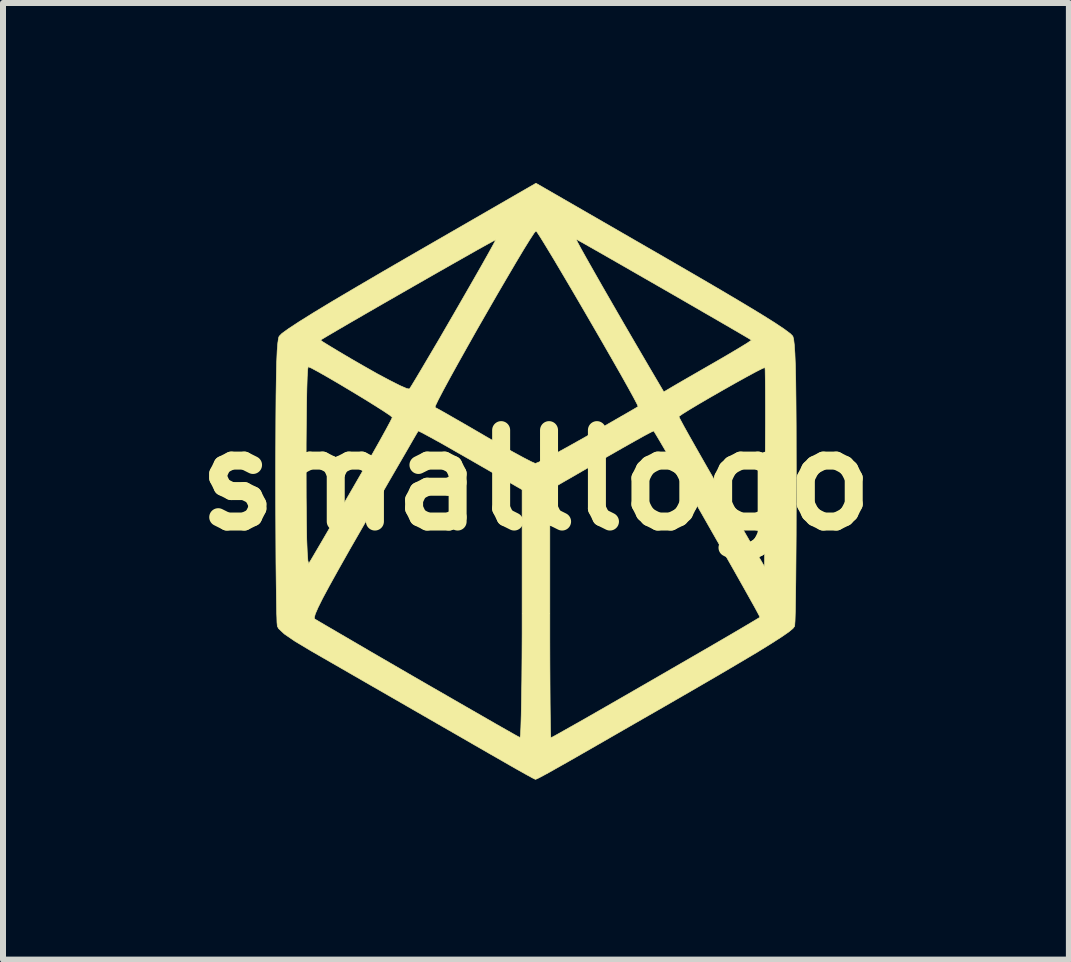
<source format=kicad_pcb>
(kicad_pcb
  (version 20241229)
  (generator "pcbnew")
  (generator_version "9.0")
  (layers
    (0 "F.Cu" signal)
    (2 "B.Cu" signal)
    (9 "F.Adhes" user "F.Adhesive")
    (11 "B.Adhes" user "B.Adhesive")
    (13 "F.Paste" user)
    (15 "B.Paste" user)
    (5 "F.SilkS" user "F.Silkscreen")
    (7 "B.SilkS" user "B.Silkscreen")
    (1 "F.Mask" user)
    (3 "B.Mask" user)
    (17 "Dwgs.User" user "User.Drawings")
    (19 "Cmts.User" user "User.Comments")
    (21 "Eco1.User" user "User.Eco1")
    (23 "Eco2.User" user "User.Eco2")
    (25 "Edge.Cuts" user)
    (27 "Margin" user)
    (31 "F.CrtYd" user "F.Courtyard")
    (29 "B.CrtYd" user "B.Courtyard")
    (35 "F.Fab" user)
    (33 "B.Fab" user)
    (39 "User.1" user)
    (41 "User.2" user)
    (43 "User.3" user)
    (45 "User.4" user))
  (footprint "smalllogo"
    (layer "F.Cu")
    (at 5.886 4.956)
    (property "Reference" "smalllogo" (at 0 0 0) (layer "F.SilkS") (effects (font (size 1.524 1.524) (thickness 0.3))))
    (attr through_hole)
    (fp_poly (pts (xy 2.112 -3.733) (xy 2.635 -3.43) (xy 3.08 -3.17) (xy 3.451 -2.95) (xy 3.749 -2.77) (xy 3.979 -2.626) (xy 4.142 -2.517) (xy 4.242 -2.442) (xy 4.282 -2.401) (xy 4.296 -2.351) (xy 4.307 -2.257) (xy 4.317 -2.113) (xy 4.325 -1.912) (xy 4.331 -1.649) (xy 4.335 -1.317) (xy 4.338 -0.91) (xy 4.339 -0.422) (xy 4.34 0.023) (xy 4.339 0.479) (xy 4.338 0.91) (xy 4.335 1.305) (xy 4.332 1.656) (xy 4.328 1.953) (xy 4.324 2.187) (xy 4.319 2.349) (xy 4.313 2.43) (xy 4.312 2.435) (xy 4.285 2.471) (xy 4.214 2.53) (xy 4.094 2.613) (xy 3.921 2.724) (xy 3.69 2.867) (xy 3.395 3.042) (xy 3.033 3.255) (xy 2.599 3.507) (xy 2.246 3.711) (xy 1.765 3.987) (xy 1.358 4.221) (xy 1.019 4.416) (xy 0.74 4.576) (xy 0.518 4.703) (xy 0.344 4.801) (xy 0.213 4.875) (xy 0.119 4.926) (xy 0.055 4.96) (xy 0.016 4.979) (xy -0.005 4.987) (xy -0.01 4.988) (xy -0.055 4.966) (xy -0.161 4.908) (xy -0.311 4.824) (xy -0.418 4.763) (xy -0.559 4.682) (xy -0.767 4.563) (xy -1.026 4.414) (xy -1.322 4.243) (xy -1.641 4.06) (xy -1.969 3.871) (xy -2.032 3.835) (xy -2.368 3.641) (xy -2.706 3.447) (xy -3.029 3.261) (xy -3.322 3.092) (xy -3.569 2.95) (xy -3.753 2.844) (xy -3.77 2.834) (xy -4.023 2.682) (xy -4.195 2.564) (xy -4.29 2.475) (xy -4.312 2.435) (xy -4.318 2.37) (xy -4.32 2.291) (xy -3.696 2.291) (xy -3.689 2.314) (xy -3.526 2.41) (xy -3.31 2.536) (xy -3.053 2.686) (xy -2.764 2.855) (xy -2.452 3.036) (xy -2.128 3.224) (xy -1.801 3.413) (xy -1.481 3.597) (xy -1.179 3.771) (xy -0.904 3.929) (xy -0.666 4.066) (xy -0.474 4.175) (xy -0.34 4.251) (xy -0.272 4.288) (xy -0.266 4.291) (xy -0.258 4.247) (xy -0.252 4.12) (xy -0.246 3.919) (xy -0.241 3.654) (xy -0.236 3.333) (xy -0.233 2.965) (xy -0.231 2.561) (xy -0.231 2.226) (xy -0.231 0.16) (xy 0.231 0.16) (xy 0.231 2.227) (xy 0.231 2.654) (xy 0.232 3.052) (xy 0.234 3.41) (xy 0.236 3.72) (xy 0.239 3.972) (xy 0.242 4.158) (xy 0.246 4.268) (xy 0.249 4.295) (xy 0.292 4.273) (xy 0.405 4.21) (xy 0.577 4.113) (xy 0.8 3.987) (xy 1.062 3.837) (xy 1.353 3.67) (xy 1.438 3.621) (xy 1.87 3.372) (xy 2.273 3.139) (xy 2.642 2.926) (xy 2.968 2.737) (xy 3.246 2.575) (xy 3.467 2.445) (xy 3.627 2.35) (xy 3.717 2.296) (xy 3.734 2.284) (xy 3.714 2.243) (xy 3.655 2.133) (xy 3.561 1.965) (xy 3.439 1.747) (xy 3.295 1.492) (xy 3.135 1.21) (xy 2.964 0.911) (xy 2.79 0.605) (xy 2.618 0.304) (xy 2.454 0.018) (xy 2.304 -0.243) (xy 2.173 -0.468) (xy 2.069 -0.646) (xy 1.997 -0.767) (xy 1.963 -0.821) (xy 1.963 -0.821) (xy 1.922 -0.803) (xy 1.812 -0.745) (xy 1.647 -0.653) (xy 1.436 -0.534) (xy 1.193 -0.395) (xy 1.092 -0.337) (xy 0.231 0.16) (xy -0.231 0.16) (xy -0.231 0.158) (xy -1.091 -0.338) (xy -1.345 -0.483) (xy -1.569 -0.611) (xy -1.754 -0.713) (xy -1.887 -0.785) (xy -1.956 -0.819) (xy -1.963 -0.821) (xy -1.988 -0.78) (xy -2.054 -0.667) (xy -2.155 -0.491) (xy -2.288 -0.262) (xy -2.447 0.012) (xy -2.626 0.323) (xy -2.821 0.662) (xy -2.863 0.734) (xy -3.1 1.146) (xy -3.292 1.486) (xy -3.443 1.758) (xy -3.556 1.968) (xy -3.633 2.123) (xy -3.679 2.229) (xy -3.696 2.291) (xy -4.32 2.291) (xy -4.323 2.221) (xy -4.327 1.999) (xy -4.331 1.712) (xy -4.335 1.37) (xy -4.337 0.982) (xy -4.339 0.557) (xy -4.34 0.104) (xy -4.34 0.023) (xy -4.34 -0.219) (xy -3.832 -0.219) (xy -3.831 0.273) (xy -3.827 0.675) (xy -3.822 0.986) (xy -3.813 1.208) (xy -3.803 1.342) (xy -3.79 1.388) (xy -3.786 1.385) (xy -3.751 1.329) (xy -3.677 1.203) (xy -3.569 1.019) (xy -3.434 0.787) (xy -3.277 0.517) (xy -3.106 0.222) (xy -3.066 0.153) (xy -2.894 -0.145) (xy -2.739 -0.417) (xy -2.606 -0.653) (xy -2.501 -0.843) (xy -2.429 -0.977) (xy -2.397 -1.043) (xy -2.396 -1.048) (xy -2.434 -1.081) (xy -2.537 -1.15) (xy -2.637 -1.214) (xy -1.683 -1.214) (xy -1.631 -1.186) (xy -1.513 -1.12) (xy -1.341 -1.021) (xy -1.127 -0.898) (xy -0.886 -0.758) (xy -0.854 -0.739) (xy -0.61 -0.598) (xy -0.39 -0.474) (xy -0.208 -0.375) (xy -0.078 -0.308) (xy -0.013 -0.28) (xy -0.01 -0.279) (xy 0.046 -0.301) (xy 0.17 -0.362) (xy 0.347 -0.455) (xy 0.565 -0.575) (xy 0.811 -0.713) (xy 0.867 -0.745) (xy 1.115 -0.887) (xy 1.334 -1.013) (xy 1.416 -1.06) (xy 2.383 -1.06) (xy 2.404 -1.015) (xy 2.466 -0.9) (xy 2.563 -0.726) (xy 2.691 -0.5) (xy 2.842 -0.235) (xy 3.012 0.061) (xy 3.094 0.203) (xy 3.81 1.441) (xy 3.822 -0.21) (xy 3.824 -0.591) (xy 3.826 -0.942) (xy 3.826 -1.252) (xy 3.825 -1.512) (xy 3.823 -1.71) (xy 3.821 -1.835) (xy 3.817 -1.879) (xy 3.774 -1.862) (xy 3.667 -1.808) (xy 3.512 -1.724) (xy 3.324 -1.62) (xy 3.119 -1.504) (xy 2.913 -1.386) (xy 2.721 -1.274) (xy 2.559 -1.177) (xy 2.442 -1.104) (xy 2.386 -1.064) (xy 2.383 -1.06) (xy 1.416 -1.06) (xy 1.513 -1.116) (xy 1.639 -1.189) (xy 1.699 -1.225) (xy 1.703 -1.228) (xy 1.685 -1.27) (xy 1.627 -1.381) (xy 1.534 -1.55) (xy 1.413 -1.766) (xy 1.269 -2.018) (xy 1.11 -2.295) (xy 0.941 -2.587) (xy 0.769 -2.883) (xy 0.6 -3.172) (xy 0.44 -3.443) (xy 0.296 -3.686) (xy 0.173 -3.889) (xy 0.094 -4.018) (xy 0.67 -4.018) (xy 0.687 -3.98) (xy 0.745 -3.871) (xy 0.839 -3.703) (xy 0.963 -3.484) (xy 1.111 -3.224) (xy 1.278 -2.934) (xy 1.458 -2.622) (xy 1.646 -2.299) (xy 1.836 -1.974) (xy 1.878 -1.902) (xy 2.131 -1.472) (xy 2.278 -1.559) (xy 2.37 -1.613) (xy 2.524 -1.702) (xy 2.72 -1.815) (xy 2.939 -1.941) (xy 3.014 -1.984) (xy 3.22 -2.104) (xy 3.393 -2.207) (xy 3.519 -2.284) (xy 3.585 -2.329) (xy 3.591 -2.336) (xy 3.548 -2.363) (xy 3.436 -2.429) (xy 3.266 -2.528) (xy 3.049 -2.654) (xy 2.796 -2.8) (xy 2.518 -2.961) (xy 2.225 -3.13) (xy 1.929 -3.3) (xy 1.64 -3.466) (xy 1.37 -3.621) (xy 1.129 -3.759) (xy 0.927 -3.874) (xy 0.777 -3.959) (xy 0.689 -4.008) (xy 0.67 -4.018) (xy 0.094 -4.018) (xy 0.079 -4.042) (xy 0.019 -4.134) (xy 0 -4.156) (xy -0.033 -4.118) (xy -0.103 -4.011) (xy -0.206 -3.845) (xy -0.334 -3.631) (xy -0.481 -3.381) (xy -0.643 -3.104) (xy -0.811 -2.812) (xy -0.981 -2.516) (xy -1.145 -2.225) (xy -1.298 -1.952) (xy -1.434 -1.706) (xy -1.546 -1.499) (xy -1.629 -1.34) (xy -1.676 -1.242) (xy -1.683 -1.214) (xy -2.637 -1.214) (xy -2.688 -1.246) (xy -2.873 -1.361) (xy -3.075 -1.483) (xy -3.279 -1.605) (xy -3.469 -1.716) (xy -3.629 -1.807) (xy -3.744 -1.869) (xy -3.798 -1.892) (xy -3.806 -1.848) (xy -3.814 -1.721) (xy -3.82 -1.523) (xy -3.825 -1.264) (xy -3.829 -0.953) (xy -3.832 -0.601) (xy -3.832 -0.219) (xy -4.34 -0.219) (xy -4.339 -0.536) (xy -4.337 -1.01) (xy -4.334 -1.402) (xy -4.329 -1.721) (xy -4.323 -1.971) (xy -4.315 -2.158) (xy -4.304 -2.29) (xy -4.297 -2.335) (xy -3.591 -2.335) (xy -3.557 -2.309) (xy -3.455 -2.246) (xy -3.298 -2.151) (xy -3.097 -2.032) (xy -2.875 -1.904) (xy -2.642 -1.772) (xy -2.435 -1.662) (xy -2.269 -1.578) (xy -2.156 -1.529) (xy -2.111 -1.52) (xy -2.079 -1.568) (xy -2.008 -1.685) (xy -1.902 -1.863) (xy -1.768 -2.09) (xy -1.611 -2.356) (xy -1.439 -2.653) (xy -1.368 -2.775) (xy -1.193 -3.079) (xy -1.034 -3.356) (xy -0.897 -3.596) (xy -0.788 -3.79) (xy -0.712 -3.928) (xy -0.674 -4) (xy -0.671 -4.008) (xy -0.711 -3.988) (xy -0.82 -3.928) (xy -0.987 -3.835) (xy -1.202 -3.713) (xy -1.453 -3.571) (xy -1.73 -3.413) (xy -2.022 -3.246) (xy -2.317 -3.077) (xy -2.606 -2.911) (xy -2.878 -2.754) (xy -3.12 -2.614) (xy -3.324 -2.495) (xy -3.477 -2.405) (xy -3.569 -2.35) (xy -3.591 -2.335) (xy -4.297 -2.335) (xy -4.292 -2.37) (xy -4.282 -2.399) (xy -4.236 -2.446) (xy -4.124 -2.527) (xy -3.946 -2.644) (xy -3.699 -2.798) (xy -3.38 -2.991) (xy -2.987 -3.223) (xy -2.517 -3.498) (xy -2.113 -3.732) (xy -0.000188 -4.951) (xy 2.112 -3.733)) (stroke (width 0.01) (type solid)) (fill yes) (layer "F.SilkS")))
  (gr_rect
    (start -3 -3)
    (end 14.771 12.949)
    (stroke (width 0.1) (type default))
    (fill no)
    (layer "Edge.Cuts")))
</source>
